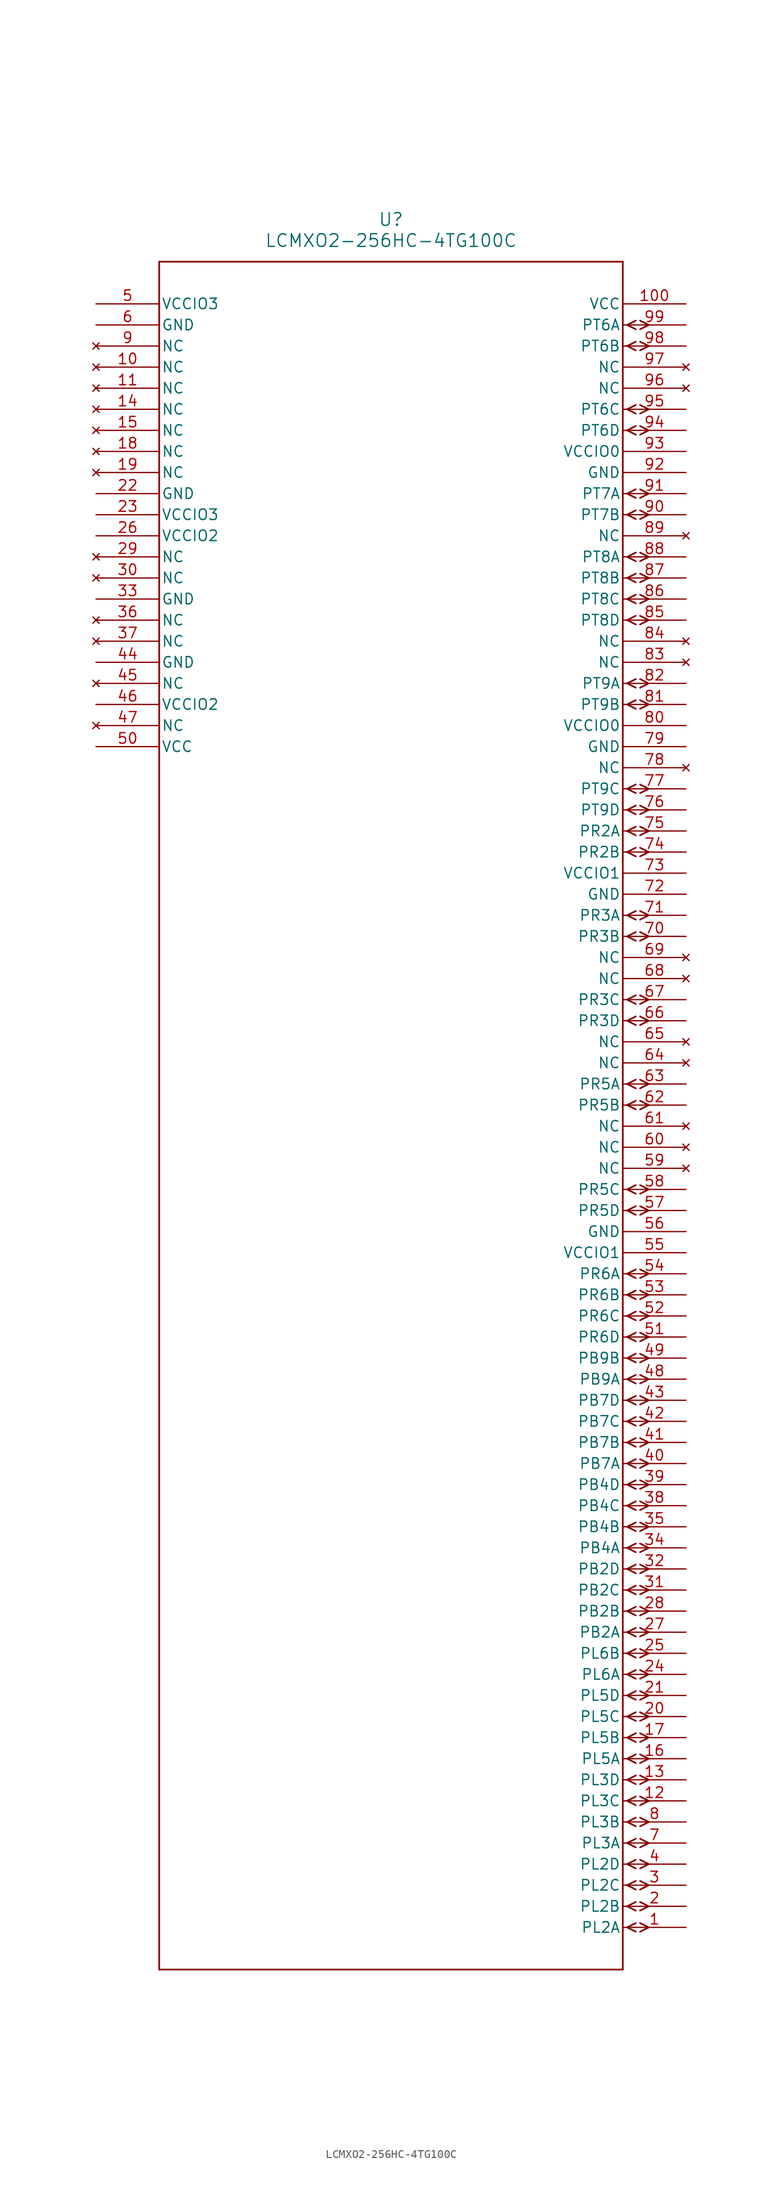
<source format=kicad_sym>
(kicad_symbol_lib
  (version 20231120)
  (generator "kicad_symbol_editor")
  (generator_version "8.0")
  (symbol "LCMXO2-256HC-4TG100C"
    (pin_names
      (offset 0.254))
    (property "Reference" "U"
      (at 35.56 10.16 0)
      (effects (font (size 1.524 1.524))))
    (property "Value" "LCMXO2-256HC-4TG100C"
      (at 35.56 7.62 0)
      (effects (font (size 1.524 1.524))))
    (property "ki_locked" ""
      (at 0 0 0)
      (effects (font (size 1.27 1.27))))
    (symbol "LCMXO2-256HC-4TG100C_0_1"
      (polyline (pts (xy 7.62 -200.66) (xy 63.5 -200.66)) (stroke (width 0.203) (type default)) (fill (type none)))
      (polyline (pts (xy 7.62 5.08) (xy 7.62 -200.66)) (stroke (width 0.203) (type default)) (fill (type none)))
      (polyline (pts (xy 63.5 -200.66) (xy 63.5 5.08)) (stroke (width 0.203) (type default)) (fill (type none)))
      (polyline (pts (xy 63.5 5.08) (xy 7.62 5.08)) (stroke (width 0.203) (type default)) (fill (type none)))
      (polyline (pts (xy 64.021 -195.58) (xy 65.062 -196.101)) (stroke (width 0.203) (type default)) (fill (type none)))
      (polyline (pts (xy 64.021 -195.58) (xy 65.062 -195.059)) (stroke (width 0.203) (type default)) (fill (type none)))
      (polyline (pts (xy 64.021 -193.04) (xy 65.062 -193.561)) (stroke (width 0.203) (type default)) (fill (type none)))
      (polyline (pts (xy 64.021 -193.04) (xy 65.062 -192.519)) (stroke (width 0.203) (type default)) (fill (type none)))
      (polyline (pts (xy 64.021 -190.5) (xy 65.062 -191.021)) (stroke (width 0.203) (type default)) (fill (type none)))
      (polyline (pts (xy 64.021 -190.5) (xy 65.062 -189.979)) (stroke (width 0.203) (type default)) (fill (type none)))
      (polyline (pts (xy 64.021 -187.96) (xy 65.062 -188.481)) (stroke (width 0.203) (type default)) (fill (type none)))
      (polyline (pts (xy 64.021 -187.96) (xy 65.062 -187.439)) (stroke (width 0.203) (type default)) (fill (type none)))
      (polyline (pts (xy 64.021 -185.42) (xy 65.062 -185.941)) (stroke (width 0.203) (type default)) (fill (type none)))
      (polyline (pts (xy 64.021 -185.42) (xy 65.062 -184.899)) (stroke (width 0.203) (type default)) (fill (type none)))
      (polyline (pts (xy 64.021 -182.88) (xy 65.062 -183.401)) (stroke (width 0.203) (type default)) (fill (type none)))
      (polyline (pts (xy 64.021 -182.88) (xy 65.062 -182.359)) (stroke (width 0.203) (type default)) (fill (type none)))
      (polyline (pts (xy 64.021 -180.34) (xy 65.062 -180.861)) (stroke (width 0.203) (type default)) (fill (type none)))
      (polyline (pts (xy 64.021 -180.34) (xy 65.062 -179.819)) (stroke (width 0.203) (type default)) (fill (type none)))
      (polyline (pts (xy 64.021 -177.8) (xy 65.062 -178.321)) (stroke (width 0.203) (type default)) (fill (type none)))
      (polyline (pts (xy 64.021 -177.8) (xy 65.062 -177.279)) (stroke (width 0.203) (type default)) (fill (type none)))
      (polyline (pts (xy 64.021 -175.26) (xy 65.062 -175.781)) (stroke (width 0.203) (type default)) (fill (type none)))
      (polyline (pts (xy 64.021 -175.26) (xy 65.062 -174.739)) (stroke (width 0.203) (type default)) (fill (type none)))
      (polyline (pts (xy 64.021 -172.72) (xy 65.062 -173.241)) (stroke (width 0.203) (type default)) (fill (type none)))
      (polyline (pts (xy 64.021 -172.72) (xy 65.062 -172.199)) (stroke (width 0.203) (type default)) (fill (type none)))
      (polyline (pts (xy 64.021 -170.18) (xy 65.062 -170.701)) (stroke (width 0.203) (type default)) (fill (type none)))
      (polyline (pts (xy 64.021 -170.18) (xy 65.062 -169.659)) (stroke (width 0.203) (type default)) (fill (type none)))
      (polyline (pts (xy 64.021 -167.64) (xy 65.062 -168.161)) (stroke (width 0.203) (type default)) (fill (type none)))
      (polyline (pts (xy 64.021 -167.64) (xy 65.062 -167.119)) (stroke (width 0.203) (type default)) (fill (type none)))
      (polyline (pts (xy 64.021 -165.1) (xy 65.062 -165.621)) (stroke (width 0.203) (type default)) (fill (type none)))
      (polyline (pts (xy 64.021 -165.1) (xy 65.062 -164.579)) (stroke (width 0.203) (type default)) (fill (type none)))
      (polyline (pts (xy 64.021 -162.56) (xy 65.062 -163.081)) (stroke (width 0.203) (type default)) (fill (type none)))
      (polyline (pts (xy 64.021 -162.56) (xy 65.062 -162.039)) (stroke (width 0.203) (type default)) (fill (type none)))
      (polyline (pts (xy 64.021 -160.02) (xy 65.062 -160.541)) (stroke (width 0.203) (type default)) (fill (type none)))
      (polyline (pts (xy 64.021 -160.02) (xy 65.062 -159.499)) (stroke (width 0.203) (type default)) (fill (type none)))
      (polyline (pts (xy 64.021 -157.48) (xy 65.062 -158.001)) (stroke (width 0.203) (type default)) (fill (type none)))
      (polyline (pts (xy 64.021 -157.48) (xy 65.062 -156.959)) (stroke (width 0.203) (type default)) (fill (type none)))
      (polyline (pts (xy 64.021 -154.94) (xy 65.062 -155.461)) (stroke (width 0.203) (type default)) (fill (type none)))
      (polyline (pts (xy 64.021 -154.94) (xy 65.062 -154.419)) (stroke (width 0.203) (type default)) (fill (type none)))
      (polyline (pts (xy 64.021 -152.4) (xy 65.062 -152.921)) (stroke (width 0.203) (type default)) (fill (type none)))
      (polyline (pts (xy 64.021 -152.4) (xy 65.062 -151.879)) (stroke (width 0.203) (type default)) (fill (type none)))
      (polyline (pts (xy 64.021 -149.86) (xy 65.062 -150.381)) (stroke (width 0.203) (type default)) (fill (type none)))
      (polyline (pts (xy 64.021 -149.86) (xy 65.062 -149.339)) (stroke (width 0.203) (type default)) (fill (type none)))
      (polyline (pts (xy 64.021 -147.32) (xy 65.062 -147.841)) (stroke (width 0.203) (type default)) (fill (type none)))
      (polyline (pts (xy 64.021 -147.32) (xy 65.062 -146.799)) (stroke (width 0.203) (type default)) (fill (type none)))
      (polyline (pts (xy 64.021 -144.78) (xy 65.062 -145.301)) (stroke (width 0.203) (type default)) (fill (type none)))
      (polyline (pts (xy 64.021 -144.78) (xy 65.062 -144.259)) (stroke (width 0.203) (type default)) (fill (type none)))
      (polyline (pts (xy 64.021 -142.24) (xy 65.062 -142.761)) (stroke (width 0.203) (type default)) (fill (type none)))
      (polyline (pts (xy 64.021 -142.24) (xy 65.062 -141.719)) (stroke (width 0.203) (type default)) (fill (type none)))
      (polyline (pts (xy 64.021 -139.7) (xy 65.062 -140.221)) (stroke (width 0.203) (type default)) (fill (type none)))
      (polyline (pts (xy 64.021 -139.7) (xy 65.062 -139.179)) (stroke (width 0.203) (type default)) (fill (type none)))
      (polyline (pts (xy 64.021 -137.16) (xy 65.062 -137.681)) (stroke (width 0.203) (type default)) (fill (type none)))
      (polyline (pts (xy 64.021 -137.16) (xy 65.062 -136.639)) (stroke (width 0.203) (type default)) (fill (type none)))
      (polyline (pts (xy 64.021 -134.62) (xy 65.062 -135.141)) (stroke (width 0.203) (type default)) (fill (type none)))
      (polyline (pts (xy 64.021 -134.62) (xy 65.062 -134.099)) (stroke (width 0.203) (type default)) (fill (type none)))
      (polyline (pts (xy 64.021 -132.08) (xy 65.062 -132.601)) (stroke (width 0.203) (type default)) (fill (type none)))
      (polyline (pts (xy 64.021 -132.08) (xy 65.062 -131.559)) (stroke (width 0.203) (type default)) (fill (type none)))
      (polyline (pts (xy 64.021 -129.54) (xy 65.062 -130.061)) (stroke (width 0.203) (type default)) (fill (type none)))
      (polyline (pts (xy 64.021 -129.54) (xy 65.062 -129.019)) (stroke (width 0.203) (type default)) (fill (type none)))
      (polyline (pts (xy 64.021 -127) (xy 65.062 -127.521)) (stroke (width 0.203) (type default)) (fill (type none)))
      (polyline (pts (xy 64.021 -127) (xy 65.062 -126.479)) (stroke (width 0.203) (type default)) (fill (type none)))
      (polyline (pts (xy 64.021 -124.46) (xy 65.062 -124.981)) (stroke (width 0.203) (type default)) (fill (type none)))
      (polyline (pts (xy 64.021 -124.46) (xy 65.062 -123.939)) (stroke (width 0.203) (type default)) (fill (type none)))
      (polyline (pts (xy 64.021 -121.92) (xy 65.062 -122.441)) (stroke (width 0.203) (type default)) (fill (type none)))
      (polyline (pts (xy 64.021 -121.92) (xy 65.062 -121.399)) (stroke (width 0.203) (type default)) (fill (type none)))
      (polyline (pts (xy 64.021 -119.38) (xy 65.062 -119.901)) (stroke (width 0.203) (type default)) (fill (type none)))
      (polyline (pts (xy 64.021 -119.38) (xy 65.062 -118.859)) (stroke (width 0.203) (type default)) (fill (type none)))
      (polyline (pts (xy 64.021 -116.84) (xy 65.062 -117.361)) (stroke (width 0.203) (type default)) (fill (type none)))
      (polyline (pts (xy 64.021 -116.84) (xy 65.062 -116.319)) (stroke (width 0.203) (type default)) (fill (type none)))
      (polyline (pts (xy 64.021 -109.22) (xy 65.062 -109.741)) (stroke (width 0.203) (type default)) (fill (type none)))
      (polyline (pts (xy 64.021 -109.22) (xy 65.062 -108.699)) (stroke (width 0.203) (type default)) (fill (type none)))
      (polyline (pts (xy 64.021 -106.68) (xy 65.062 -107.201)) (stroke (width 0.203) (type default)) (fill (type none)))
      (polyline (pts (xy 64.021 -106.68) (xy 65.062 -106.159)) (stroke (width 0.203) (type default)) (fill (type none)))
      (polyline (pts (xy 64.021 -96.52) (xy 65.062 -97.041)) (stroke (width 0.203) (type default)) (fill (type none)))
      (polyline (pts (xy 64.021 -96.52) (xy 65.062 -95.999)) (stroke (width 0.203) (type default)) (fill (type none)))
      (polyline (pts (xy 64.021 -93.98) (xy 65.062 -94.501)) (stroke (width 0.203) (type default)) (fill (type none)))
      (polyline (pts (xy 64.021 -93.98) (xy 65.062 -93.459)) (stroke (width 0.203) (type default)) (fill (type none)))
      (polyline (pts (xy 64.021 -86.36) (xy 65.062 -86.881)) (stroke (width 0.203) (type default)) (fill (type none)))
      (polyline (pts (xy 64.021 -86.36) (xy 65.062 -85.839)) (stroke (width 0.203) (type default)) (fill (type none)))
      (polyline (pts (xy 64.021 -83.82) (xy 65.062 -84.341)) (stroke (width 0.203) (type default)) (fill (type none)))
      (polyline (pts (xy 64.021 -83.82) (xy 65.062 -83.299)) (stroke (width 0.203) (type default)) (fill (type none)))
      (polyline (pts (xy 64.021 -76.2) (xy 65.062 -76.721)) (stroke (width 0.203) (type default)) (fill (type none)))
      (polyline (pts (xy 64.021 -76.2) (xy 65.062 -75.679)) (stroke (width 0.203) (type default)) (fill (type none)))
      (polyline (pts (xy 64.021 -73.66) (xy 65.062 -74.181)) (stroke (width 0.203) (type default)) (fill (type none)))
      (polyline (pts (xy 64.021 -73.66) (xy 65.062 -73.139)) (stroke (width 0.203) (type default)) (fill (type none)))
      (polyline (pts (xy 64.021 -66.04) (xy 65.062 -66.561)) (stroke (width 0.203) (type default)) (fill (type none)))
      (polyline (pts (xy 64.021 -66.04) (xy 65.062 -65.519)) (stroke (width 0.203) (type default)) (fill (type none)))
      (polyline (pts (xy 64.021 -63.5) (xy 65.062 -64.021)) (stroke (width 0.203) (type default)) (fill (type none)))
      (polyline (pts (xy 64.021 -63.5) (xy 65.062 -62.979)) (stroke (width 0.203) (type default)) (fill (type none)))
      (polyline (pts (xy 64.021 -60.96) (xy 65.062 -61.481)) (stroke (width 0.203) (type default)) (fill (type none)))
      (polyline (pts (xy 64.021 -60.96) (xy 65.062 -60.439)) (stroke (width 0.203) (type default)) (fill (type none)))
      (polyline (pts (xy 64.021 -58.42) (xy 65.062 -58.941)) (stroke (width 0.203) (type default)) (fill (type none)))
      (polyline (pts (xy 64.021 -58.42) (xy 65.062 -57.899)) (stroke (width 0.203) (type default)) (fill (type none)))
      (polyline (pts (xy 64.021 -48.26) (xy 65.062 -48.781)) (stroke (width 0.203) (type default)) (fill (type none)))
      (polyline (pts (xy 64.021 -48.26) (xy 65.062 -47.739)) (stroke (width 0.203) (type default)) (fill (type none)))
      (polyline (pts (xy 64.021 -45.72) (xy 65.062 -46.241)) (stroke (width 0.203) (type default)) (fill (type none)))
      (polyline (pts (xy 64.021 -45.72) (xy 65.062 -45.199)) (stroke (width 0.203) (type default)) (fill (type none)))
      (polyline (pts (xy 64.021 -38.1) (xy 65.062 -38.621)) (stroke (width 0.203) (type default)) (fill (type none)))
      (polyline (pts (xy 64.021 -38.1) (xy 65.062 -37.579)) (stroke (width 0.203) (type default)) (fill (type none)))
      (polyline (pts (xy 64.021 -35.56) (xy 65.062 -36.081)) (stroke (width 0.203) (type default)) (fill (type none)))
      (polyline (pts (xy 64.021 -35.56) (xy 65.062 -35.039)) (stroke (width 0.203) (type default)) (fill (type none)))
      (polyline (pts (xy 64.021 -33.02) (xy 65.062 -33.541)) (stroke (width 0.203) (type default)) (fill (type none)))
      (polyline (pts (xy 64.021 -33.02) (xy 65.062 -32.499)) (stroke (width 0.203) (type default)) (fill (type none)))
      (polyline (pts (xy 64.021 -30.48) (xy 65.062 -31.001)) (stroke (width 0.203) (type default)) (fill (type none)))
      (polyline (pts (xy 64.021 -30.48) (xy 65.062 -29.959)) (stroke (width 0.203) (type default)) (fill (type none)))
      (polyline (pts (xy 64.021 -25.4) (xy 65.062 -25.921)) (stroke (width 0.203) (type default)) (fill (type none)))
      (polyline (pts (xy 64.021 -25.4) (xy 65.062 -24.879)) (stroke (width 0.203) (type default)) (fill (type none)))
      (polyline (pts (xy 64.021 -22.86) (xy 65.062 -23.381)) (stroke (width 0.203) (type default)) (fill (type none)))
      (polyline (pts (xy 64.021 -22.86) (xy 65.062 -22.339)) (stroke (width 0.203) (type default)) (fill (type none)))
      (polyline (pts (xy 64.021 -15.24) (xy 65.062 -15.761)) (stroke (width 0.203) (type default)) (fill (type none)))
      (polyline (pts (xy 64.021 -15.24) (xy 65.062 -14.719)) (stroke (width 0.203) (type default)) (fill (type none)))
      (polyline (pts (xy 64.021 -12.7) (xy 65.062 -13.221)) (stroke (width 0.203) (type default)) (fill (type none)))
      (polyline (pts (xy 64.021 -12.7) (xy 65.062 -12.179)) (stroke (width 0.203) (type default)) (fill (type none)))
      (polyline (pts (xy 64.021 -5.08) (xy 65.062 -5.601)) (stroke (width 0.203) (type default)) (fill (type none)))
      (polyline (pts (xy 64.021 -5.08) (xy 65.062 -4.559)) (stroke (width 0.203) (type default)) (fill (type none)))
      (polyline (pts (xy 64.021 -2.54) (xy 65.062 -3.061)) (stroke (width 0.203) (type default)) (fill (type none)))
      (polyline (pts (xy 64.021 -2.54) (xy 65.062 -2.019)) (stroke (width 0.203) (type default)) (fill (type none)))
      (polyline (pts (xy 65.583 -196.101) (xy 66.624 -195.58)) (stroke (width 0.203) (type default)) (fill (type none)))
      (polyline (pts (xy 65.583 -195.059) (xy 66.624 -195.58)) (stroke (width 0.203) (type default)) (fill (type none)))
      (polyline (pts (xy 65.583 -193.561) (xy 66.624 -193.04)) (stroke (width 0.203) (type default)) (fill (type none)))
      (polyline (pts (xy 65.583 -192.519) (xy 66.624 -193.04)) (stroke (width 0.203) (type default)) (fill (type none)))
      (polyline (pts (xy 65.583 -191.021) (xy 66.624 -190.5)) (stroke (width 0.203) (type default)) (fill (type none)))
      (polyline (pts (xy 65.583 -189.979) (xy 66.624 -190.5)) (stroke (width 0.203) (type default)) (fill (type none)))
      (polyline (pts (xy 65.583 -188.481) (xy 66.624 -187.96)) (stroke (width 0.203) (type default)) (fill (type none)))
      (polyline (pts (xy 65.583 -187.439) (xy 66.624 -187.96)) (stroke (width 0.203) (type default)) (fill (type none)))
      (polyline (pts (xy 65.583 -185.941) (xy 66.624 -185.42)) (stroke (width 0.203) (type default)) (fill (type none)))
      (polyline (pts (xy 65.583 -184.899) (xy 66.624 -185.42)) (stroke (width 0.203) (type default)) (fill (type none)))
      (polyline (pts (xy 65.583 -183.401) (xy 66.624 -182.88)) (stroke (width 0.203) (type default)) (fill (type none)))
      (polyline (pts (xy 65.583 -182.359) (xy 66.624 -182.88)) (stroke (width 0.203) (type default)) (fill (type none)))
      (polyline (pts (xy 65.583 -180.861) (xy 66.624 -180.34)) (stroke (width 0.203) (type default)) (fill (type none)))
      (polyline (pts (xy 65.583 -179.819) (xy 66.624 -180.34)) (stroke (width 0.203) (type default)) (fill (type none)))
      (polyline (pts (xy 65.583 -178.321) (xy 66.624 -177.8)) (stroke (width 0.203) (type default)) (fill (type none)))
      (polyline (pts (xy 65.583 -177.279) (xy 66.624 -177.8)) (stroke (width 0.203) (type default)) (fill (type none)))
      (polyline (pts (xy 65.583 -175.781) (xy 66.624 -175.26)) (stroke (width 0.203) (type default)) (fill (type none)))
      (polyline (pts (xy 65.583 -174.739) (xy 66.624 -175.26)) (stroke (width 0.203) (type default)) (fill (type none)))
      (polyline (pts (xy 65.583 -173.241) (xy 66.624 -172.72)) (stroke (width 0.203) (type default)) (fill (type none)))
      (polyline (pts (xy 65.583 -172.199) (xy 66.624 -172.72)) (stroke (width 0.203) (type default)) (fill (type none)))
      (polyline (pts (xy 65.583 -170.701) (xy 66.624 -170.18)) (stroke (width 0.203) (type default)) (fill (type none)))
      (polyline (pts (xy 65.583 -169.659) (xy 66.624 -170.18)) (stroke (width 0.203) (type default)) (fill (type none)))
      (polyline (pts (xy 65.583 -168.161) (xy 66.624 -167.64)) (stroke (width 0.203) (type default)) (fill (type none)))
      (polyline (pts (xy 65.583 -167.119) (xy 66.624 -167.64)) (stroke (width 0.203) (type default)) (fill (type none)))
      (polyline (pts (xy 65.583 -165.621) (xy 66.624 -165.1)) (stroke (width 0.203) (type default)) (fill (type none)))
      (polyline (pts (xy 65.583 -164.579) (xy 66.624 -165.1)) (stroke (width 0.203) (type default)) (fill (type none)))
      (polyline (pts (xy 65.583 -163.081) (xy 66.624 -162.56)) (stroke (width 0.203) (type default)) (fill (type none)))
      (polyline (pts (xy 65.583 -162.039) (xy 66.624 -162.56)) (stroke (width 0.203) (type default)) (fill (type none)))
      (polyline (pts (xy 65.583 -160.541) (xy 66.624 -160.02)) (stroke (width 0.203) (type default)) (fill (type none)))
      (polyline (pts (xy 65.583 -159.499) (xy 66.624 -160.02)) (stroke (width 0.203) (type default)) (fill (type none)))
      (polyline (pts (xy 65.583 -158.001) (xy 66.624 -157.48)) (stroke (width 0.203) (type default)) (fill (type none)))
      (polyline (pts (xy 65.583 -156.959) (xy 66.624 -157.48)) (stroke (width 0.203) (type default)) (fill (type none)))
      (polyline (pts (xy 65.583 -155.461) (xy 66.624 -154.94)) (stroke (width 0.203) (type default)) (fill (type none)))
      (polyline (pts (xy 65.583 -154.419) (xy 66.624 -154.94)) (stroke (width 0.203) (type default)) (fill (type none)))
      (polyline (pts (xy 65.583 -152.921) (xy 66.624 -152.4)) (stroke (width 0.203) (type default)) (fill (type none)))
      (polyline (pts (xy 65.583 -151.879) (xy 66.624 -152.4)) (stroke (width 0.203) (type default)) (fill (type none)))
      (polyline (pts (xy 65.583 -150.381) (xy 66.624 -149.86)) (stroke (width 0.203) (type default)) (fill (type none)))
      (polyline (pts (xy 65.583 -149.339) (xy 66.624 -149.86)) (stroke (width 0.203) (type default)) (fill (type none)))
      (polyline (pts (xy 65.583 -147.841) (xy 66.624 -147.32)) (stroke (width 0.203) (type default)) (fill (type none)))
      (polyline (pts (xy 65.583 -146.799) (xy 66.624 -147.32)) (stroke (width 0.203) (type default)) (fill (type none)))
      (polyline (pts (xy 65.583 -145.301) (xy 66.624 -144.78)) (stroke (width 0.203) (type default)) (fill (type none)))
      (polyline (pts (xy 65.583 -144.259) (xy 66.624 -144.78)) (stroke (width 0.203) (type default)) (fill (type none)))
      (polyline (pts (xy 65.583 -142.761) (xy 66.624 -142.24)) (stroke (width 0.203) (type default)) (fill (type none)))
      (polyline (pts (xy 65.583 -141.719) (xy 66.624 -142.24)) (stroke (width 0.203) (type default)) (fill (type none)))
      (polyline (pts (xy 65.583 -140.221) (xy 66.624 -139.7)) (stroke (width 0.203) (type default)) (fill (type none)))
      (polyline (pts (xy 65.583 -139.179) (xy 66.624 -139.7)) (stroke (width 0.203) (type default)) (fill (type none)))
      (polyline (pts (xy 65.583 -137.681) (xy 66.624 -137.16)) (stroke (width 0.203) (type default)) (fill (type none)))
      (polyline (pts (xy 65.583 -136.639) (xy 66.624 -137.16)) (stroke (width 0.203) (type default)) (fill (type none)))
      (polyline (pts (xy 65.583 -135.141) (xy 66.624 -134.62)) (stroke (width 0.203) (type default)) (fill (type none)))
      (polyline (pts (xy 65.583 -134.099) (xy 66.624 -134.62)) (stroke (width 0.203) (type default)) (fill (type none)))
      (polyline (pts (xy 65.583 -132.601) (xy 66.624 -132.08)) (stroke (width 0.203) (type default)) (fill (type none)))
      (polyline (pts (xy 65.583 -131.559) (xy 66.624 -132.08)) (stroke (width 0.203) (type default)) (fill (type none)))
      (polyline (pts (xy 65.583 -130.061) (xy 66.624 -129.54)) (stroke (width 0.203) (type default)) (fill (type none)))
      (polyline (pts (xy 65.583 -129.019) (xy 66.624 -129.54)) (stroke (width 0.203) (type default)) (fill (type none)))
      (polyline (pts (xy 65.583 -127.521) (xy 66.624 -127)) (stroke (width 0.203) (type default)) (fill (type none)))
      (polyline (pts (xy 65.583 -126.479) (xy 66.624 -127)) (stroke (width 0.203) (type default)) (fill (type none)))
      (polyline (pts (xy 65.583 -124.981) (xy 66.624 -124.46)) (stroke (width 0.203) (type default)) (fill (type none)))
      (polyline (pts (xy 65.583 -123.939) (xy 66.624 -124.46)) (stroke (width 0.203) (type default)) (fill (type none)))
      (polyline (pts (xy 65.583 -122.441) (xy 66.624 -121.92)) (stroke (width 0.203) (type default)) (fill (type none)))
      (polyline (pts (xy 65.583 -121.399) (xy 66.624 -121.92)) (stroke (width 0.203) (type default)) (fill (type none)))
      (polyline (pts (xy 65.583 -119.901) (xy 66.624 -119.38)) (stroke (width 0.203) (type default)) (fill (type none)))
      (polyline (pts (xy 65.583 -118.859) (xy 66.624 -119.38)) (stroke (width 0.203) (type default)) (fill (type none)))
      (polyline (pts (xy 65.583 -117.361) (xy 66.624 -116.84)) (stroke (width 0.203) (type default)) (fill (type none)))
      (polyline (pts (xy 65.583 -116.319) (xy 66.624 -116.84)) (stroke (width 0.203) (type default)) (fill (type none)))
      (polyline (pts (xy 65.583 -109.741) (xy 66.624 -109.22)) (stroke (width 0.203) (type default)) (fill (type none)))
      (polyline (pts (xy 65.583 -108.699) (xy 66.624 -109.22)) (stroke (width 0.203) (type default)) (fill (type none)))
      (polyline (pts (xy 65.583 -107.201) (xy 66.624 -106.68)) (stroke (width 0.203) (type default)) (fill (type none)))
      (polyline (pts (xy 65.583 -106.159) (xy 66.624 -106.68)) (stroke (width 0.203) (type default)) (fill (type none)))
      (polyline (pts (xy 65.583 -97.041) (xy 66.624 -96.52)) (stroke (width 0.203) (type default)) (fill (type none)))
      (polyline (pts (xy 65.583 -95.999) (xy 66.624 -96.52)) (stroke (width 0.203) (type default)) (fill (type none)))
      (polyline (pts (xy 65.583 -94.501) (xy 66.624 -93.98)) (stroke (width 0.203) (type default)) (fill (type none)))
      (polyline (pts (xy 65.583 -93.459) (xy 66.624 -93.98)) (stroke (width 0.203) (type default)) (fill (type none)))
      (polyline (pts (xy 65.583 -86.881) (xy 66.624 -86.36)) (stroke (width 0.203) (type default)) (fill (type none)))
      (polyline (pts (xy 65.583 -85.839) (xy 66.624 -86.36)) (stroke (width 0.203) (type default)) (fill (type none)))
      (polyline (pts (xy 65.583 -84.341) (xy 66.624 -83.82)) (stroke (width 0.203) (type default)) (fill (type none)))
      (polyline (pts (xy 65.583 -83.299) (xy 66.624 -83.82)) (stroke (width 0.203) (type default)) (fill (type none)))
      (polyline (pts (xy 65.583 -76.721) (xy 66.624 -76.2)) (stroke (width 0.203) (type default)) (fill (type none)))
      (polyline (pts (xy 65.583 -75.679) (xy 66.624 -76.2)) (stroke (width 0.203) (type default)) (fill (type none)))
      (polyline (pts (xy 65.583 -74.181) (xy 66.624 -73.66)) (stroke (width 0.203) (type default)) (fill (type none)))
      (polyline (pts (xy 65.583 -73.139) (xy 66.624 -73.66)) (stroke (width 0.203) (type default)) (fill (type none)))
      (polyline (pts (xy 65.583 -66.561) (xy 66.624 -66.04)) (stroke (width 0.203) (type default)) (fill (type none)))
      (polyline (pts (xy 65.583 -65.519) (xy 66.624 -66.04)) (stroke (width 0.203) (type default)) (fill (type none)))
      (polyline (pts (xy 65.583 -64.021) (xy 66.624 -63.5)) (stroke (width 0.203) (type default)) (fill (type none)))
      (polyline (pts (xy 65.583 -62.979) (xy 66.624 -63.5)) (stroke (width 0.203) (type default)) (fill (type none)))
      (polyline (pts (xy 65.583 -61.481) (xy 66.624 -60.96)) (stroke (width 0.203) (type default)) (fill (type none)))
      (polyline (pts (xy 65.583 -60.439) (xy 66.624 -60.96)) (stroke (width 0.203) (type default)) (fill (type none)))
      (polyline (pts (xy 65.583 -58.941) (xy 66.624 -58.42)) (stroke (width 0.203) (type default)) (fill (type none)))
      (polyline (pts (xy 65.583 -57.899) (xy 66.624 -58.42)) (stroke (width 0.203) (type default)) (fill (type none)))
      (polyline (pts (xy 65.583 -48.781) (xy 66.624 -48.26)) (stroke (width 0.203) (type default)) (fill (type none)))
      (polyline (pts (xy 65.583 -47.739) (xy 66.624 -48.26)) (stroke (width 0.203) (type default)) (fill (type none)))
      (polyline (pts (xy 65.583 -46.241) (xy 66.624 -45.72)) (stroke (width 0.203) (type default)) (fill (type none)))
      (polyline (pts (xy 65.583 -45.199) (xy 66.624 -45.72)) (stroke (width 0.203) (type default)) (fill (type none)))
      (polyline (pts (xy 65.583 -38.621) (xy 66.624 -38.1)) (stroke (width 0.203) (type default)) (fill (type none)))
      (polyline (pts (xy 65.583 -37.579) (xy 66.624 -38.1)) (stroke (width 0.203) (type default)) (fill (type none)))
      (polyline (pts (xy 65.583 -36.081) (xy 66.624 -35.56)) (stroke (width 0.203) (type default)) (fill (type none)))
      (polyline (pts (xy 65.583 -35.039) (xy 66.624 -35.56)) (stroke (width 0.203) (type default)) (fill (type none)))
      (polyline (pts (xy 65.583 -33.541) (xy 66.624 -33.02)) (stroke (width 0.203) (type default)) (fill (type none)))
      (polyline (pts (xy 65.583 -32.499) (xy 66.624 -33.02)) (stroke (width 0.203) (type default)) (fill (type none)))
      (polyline (pts (xy 65.583 -31.001) (xy 66.624 -30.48)) (stroke (width 0.203) (type default)) (fill (type none)))
      (polyline (pts (xy 65.583 -29.959) (xy 66.624 -30.48)) (stroke (width 0.203) (type default)) (fill (type none)))
      (polyline (pts (xy 65.583 -25.921) (xy 66.624 -25.4)) (stroke (width 0.203) (type default)) (fill (type none)))
      (polyline (pts (xy 65.583 -24.879) (xy 66.624 -25.4)) (stroke (width 0.203) (type default)) (fill (type none)))
      (polyline (pts (xy 65.583 -23.381) (xy 66.624 -22.86)) (stroke (width 0.203) (type default)) (fill (type none)))
      (polyline (pts (xy 65.583 -22.339) (xy 66.624 -22.86)) (stroke (width 0.203) (type default)) (fill (type none)))
      (polyline (pts (xy 65.583 -15.761) (xy 66.624 -15.24)) (stroke (width 0.203) (type default)) (fill (type none)))
      (polyline (pts (xy 65.583 -14.719) (xy 66.624 -15.24)) (stroke (width 0.203) (type default)) (fill (type none)))
      (polyline (pts (xy 65.583 -13.221) (xy 66.624 -12.7)) (stroke (width 0.203) (type default)) (fill (type none)))
      (polyline (pts (xy 65.583 -12.179) (xy 66.624 -12.7)) (stroke (width 0.203) (type default)) (fill (type none)))
      (polyline (pts (xy 65.583 -5.601) (xy 66.624 -5.08)) (stroke (width 0.203) (type default)) (fill (type none)))
      (polyline (pts (xy 65.583 -4.559) (xy 66.624 -5.08)) (stroke (width 0.203) (type default)) (fill (type none)))
      (polyline (pts (xy 65.583 -3.061) (xy 66.624 -2.54)) (stroke (width 0.203) (type default)) (fill (type none)))
      (polyline (pts (xy 65.583 -2.019) (xy 66.624 -2.54)) (stroke (width 0.203) (type default)) (fill (type none)))
      (pin bidirectional line (at 71.12 -195.58 180) (length 7.62) (name "PL2A" (effects (font (size 1.27 1.27)))) (number "1" (effects (font (size 1.27 1.27)))))
      (pin no_connect line (at 0 -7.62 0) (length 7.62) (name "NC" (effects (font (size 1.27 1.27)))) (number "10" (effects (font (size 1.27 1.27)))))
      (pin power_in line (at 71.12 0 180) (length 7.62) (name "VCC" (effects (font (size 1.27 1.27)))) (number "100" (effects (font (size 1.27 1.27)))))
      (pin no_connect line (at 0 -10.16 0) (length 7.62) (name "NC" (effects (font (size 1.27 1.27)))) (number "11" (effects (font (size 1.27 1.27)))))
      (pin bidirectional line (at 71.12 -180.34 180) (length 7.62) (name "PL3C" (effects (font (size 1.27 1.27)))) (number "12" (effects (font (size 1.27 1.27)))))
      (pin bidirectional line (at 71.12 -177.8 180) (length 7.62) (name "PL3D" (effects (font (size 1.27 1.27)))) (number "13" (effects (font (size 1.27 1.27)))))
      (pin no_connect line (at 0 -12.7 0) (length 7.62) (name "NC" (effects (font (size 1.27 1.27)))) (number "14" (effects (font (size 1.27 1.27)))))
      (pin no_connect line (at 0 -15.24 0) (length 7.62) (name "NC" (effects (font (size 1.27 1.27)))) (number "15" (effects (font (size 1.27 1.27)))))
      (pin bidirectional line (at 71.12 -175.26 180) (length 7.62) (name "PL5A" (effects (font (size 1.27 1.27)))) (number "16" (effects (font (size 1.27 1.27)))))
      (pin bidirectional line (at 71.12 -172.72 180) (length 7.62) (name "PL5B" (effects (font (size 1.27 1.27)))) (number "17" (effects (font (size 1.27 1.27)))))
      (pin no_connect line (at 0 -17.78 0) (length 7.62) (name "NC" (effects (font (size 1.27 1.27)))) (number "18" (effects (font (size 1.27 1.27)))))
      (pin no_connect line (at 0 -20.32 0) (length 7.62) (name "NC" (effects (font (size 1.27 1.27)))) (number "19" (effects (font (size 1.27 1.27)))))
      (pin bidirectional line (at 71.12 -193.04 180) (length 7.62) (name "PL2B" (effects (font (size 1.27 1.27)))) (number "2" (effects (font (size 1.27 1.27)))))
      (pin bidirectional line (at 71.12 -170.18 180) (length 7.62) (name "PL5C" (effects (font (size 1.27 1.27)))) (number "20" (effects (font (size 1.27 1.27)))))
      (pin bidirectional line (at 71.12 -167.64 180) (length 7.62) (name "PL5D" (effects (font (size 1.27 1.27)))) (number "21" (effects (font (size 1.27 1.27)))))
      (pin power_in line (at 0 -22.86 0) (length 7.62) (name "GND" (effects (font (size 1.27 1.27)))) (number "22" (effects (font (size 1.27 1.27)))))
      (pin power_in line (at 0 -25.4 0) (length 7.62) (name "VCCIO3" (effects (font (size 1.27 1.27)))) (number "23" (effects (font (size 1.27 1.27)))))
      (pin bidirectional line (at 71.12 -165.1 180) (length 7.62) (name "PL6A" (effects (font (size 1.27 1.27)))) (number "24" (effects (font (size 1.27 1.27)))))
      (pin bidirectional line (at 71.12 -162.56 180) (length 7.62) (name "PL6B" (effects (font (size 1.27 1.27)))) (number "25" (effects (font (size 1.27 1.27)))))
      (pin power_in line (at 0 -27.94 0) (length 7.62) (name "VCCIO2" (effects (font (size 1.27 1.27)))) (number "26" (effects (font (size 1.27 1.27)))))
      (pin bidirectional line (at 71.12 -160.02 180) (length 7.62) (name "PB2A" (effects (font (size 1.27 1.27)))) (number "27" (effects (font (size 1.27 1.27)))))
      (pin bidirectional line (at 71.12 -157.48 180) (length 7.62) (name "PB2B" (effects (font (size 1.27 1.27)))) (number "28" (effects (font (size 1.27 1.27)))))
      (pin no_connect line (at 0 -30.48 0) (length 7.62) (name "NC" (effects (font (size 1.27 1.27)))) (number "29" (effects (font (size 1.27 1.27)))))
      (pin bidirectional line (at 71.12 -190.5 180) (length 7.62) (name "PL2C" (effects (font (size 1.27 1.27)))) (number "3" (effects (font (size 1.27 1.27)))))
      (pin no_connect line (at 0 -33.02 0) (length 7.62) (name "NC" (effects (font (size 1.27 1.27)))) (number "30" (effects (font (size 1.27 1.27)))))
      (pin bidirectional line (at 71.12 -154.94 180) (length 7.62) (name "PB2C" (effects (font (size 1.27 1.27)))) (number "31" (effects (font (size 1.27 1.27)))))
      (pin bidirectional line (at 71.12 -152.4 180) (length 7.62) (name "PB2D" (effects (font (size 1.27 1.27)))) (number "32" (effects (font (size 1.27 1.27)))))
      (pin power_in line (at 0 -35.56 0) (length 7.62) (name "GND" (effects (font (size 1.27 1.27)))) (number "33" (effects (font (size 1.27 1.27)))))
      (pin bidirectional line (at 71.12 -149.86 180) (length 7.62) (name "PB4A" (effects (font (size 1.27 1.27)))) (number "34" (effects (font (size 1.27 1.27)))))
      (pin bidirectional line (at 71.12 -147.32 180) (length 7.62) (name "PB4B" (effects (font (size 1.27 1.27)))) (number "35" (effects (font (size 1.27 1.27)))))
      (pin no_connect line (at 0 -38.1 0) (length 7.62) (name "NC" (effects (font (size 1.27 1.27)))) (number "36" (effects (font (size 1.27 1.27)))))
      (pin no_connect line (at 0 -40.64 0) (length 7.62) (name "NC" (effects (font (size 1.27 1.27)))) (number "37" (effects (font (size 1.27 1.27)))))
      (pin bidirectional line (at 71.12 -144.78 180) (length 7.62) (name "PB4C" (effects (font (size 1.27 1.27)))) (number "38" (effects (font (size 1.27 1.27)))))
      (pin bidirectional line (at 71.12 -142.24 180) (length 7.62) (name "PB4D" (effects (font (size 1.27 1.27)))) (number "39" (effects (font (size 1.27 1.27)))))
      (pin bidirectional line (at 71.12 -187.96 180) (length 7.62) (name "PL2D" (effects (font (size 1.27 1.27)))) (number "4" (effects (font (size 1.27 1.27)))))
      (pin bidirectional line (at 71.12 -139.7 180) (length 7.62) (name "PB7A" (effects (font (size 1.27 1.27)))) (number "40" (effects (font (size 1.27 1.27)))))
      (pin bidirectional line (at 71.12 -137.16 180) (length 7.62) (name "PB7B" (effects (font (size 1.27 1.27)))) (number "41" (effects (font (size 1.27 1.27)))))
      (pin bidirectional line (at 71.12 -134.62 180) (length 7.62) (name "PB7C" (effects (font (size 1.27 1.27)))) (number "42" (effects (font (size 1.27 1.27)))))
      (pin bidirectional line (at 71.12 -132.08 180) (length 7.62) (name "PB7D" (effects (font (size 1.27 1.27)))) (number "43" (effects (font (size 1.27 1.27)))))
      (pin power_in line (at 0 -43.18 0) (length 7.62) (name "GND" (effects (font (size 1.27 1.27)))) (number "44" (effects (font (size 1.27 1.27)))))
      (pin no_connect line (at 0 -45.72 0) (length 7.62) (name "NC" (effects (font (size 1.27 1.27)))) (number "45" (effects (font (size 1.27 1.27)))))
      (pin power_in line (at 0 -48.26 0) (length 7.62) (name "VCCIO2" (effects (font (size 1.27 1.27)))) (number "46" (effects (font (size 1.27 1.27)))))
      (pin no_connect line (at 0 -50.8 0) (length 7.62) (name "NC" (effects (font (size 1.27 1.27)))) (number "47" (effects (font (size 1.27 1.27)))))
      (pin bidirectional line (at 71.12 -129.54 180) (length 7.62) (name "PB9A" (effects (font (size 1.27 1.27)))) (number "48" (effects (font (size 1.27 1.27)))))
      (pin bidirectional line (at 71.12 -127 180) (length 7.62) (name "PB9B" (effects (font (size 1.27 1.27)))) (number "49" (effects (font (size 1.27 1.27)))))
      (pin power_in line (at 0 0 0) (length 7.62) (name "VCCIO3" (effects (font (size 1.27 1.27)))) (number "5" (effects (font (size 1.27 1.27)))))
      (pin power_in line (at 0 -53.34 0) (length 7.62) (name "VCC" (effects (font (size 1.27 1.27)))) (number "50" (effects (font (size 1.27 1.27)))))
      (pin bidirectional line (at 71.12 -124.46 180) (length 7.62) (name "PR6D" (effects (font (size 1.27 1.27)))) (number "51" (effects (font (size 1.27 1.27)))))
      (pin bidirectional line (at 71.12 -121.92 180) (length 7.62) (name "PR6C" (effects (font (size 1.27 1.27)))) (number "52" (effects (font (size 1.27 1.27)))))
      (pin bidirectional line (at 71.12 -119.38 180) (length 7.62) (name "PR6B" (effects (font (size 1.27 1.27)))) (number "53" (effects (font (size 1.27 1.27)))))
      (pin bidirectional line (at 71.12 -116.84 180) (length 7.62) (name "PR6A" (effects (font (size 1.27 1.27)))) (number "54" (effects (font (size 1.27 1.27)))))
      (pin power_in line (at 71.12 -114.3 180) (length 7.62) (name "VCCIO1" (effects (font (size 1.27 1.27)))) (number "55" (effects (font (size 1.27 1.27)))))
      (pin power_in line (at 71.12 -111.76 180) (length 7.62) (name "GND" (effects (font (size 1.27 1.27)))) (number "56" (effects (font (size 1.27 1.27)))))
      (pin bidirectional line (at 71.12 -109.22 180) (length 7.62) (name "PR5D" (effects (font (size 1.27 1.27)))) (number "57" (effects (font (size 1.27 1.27)))))
      (pin bidirectional line (at 71.12 -106.68 180) (length 7.62) (name "PR5C" (effects (font (size 1.27 1.27)))) (number "58" (effects (font (size 1.27 1.27)))))
      (pin no_connect line (at 71.12 -104.14 180) (length 7.62) (name "NC" (effects (font (size 1.27 1.27)))) (number "59" (effects (font (size 1.27 1.27)))))
      (pin power_in line (at 0 -2.54 0) (length 7.62) (name "GND" (effects (font (size 1.27 1.27)))) (number "6" (effects (font (size 1.27 1.27)))))
      (pin no_connect line (at 71.12 -101.6 180) (length 7.62) (name "NC" (effects (font (size 1.27 1.27)))) (number "60" (effects (font (size 1.27 1.27)))))
      (pin no_connect line (at 71.12 -99.06 180) (length 7.62) (name "NC" (effects (font (size 1.27 1.27)))) (number "61" (effects (font (size 1.27 1.27)))))
      (pin bidirectional line (at 71.12 -96.52 180) (length 7.62) (name "PR5B" (effects (font (size 1.27 1.27)))) (number "62" (effects (font (size 1.27 1.27)))))
      (pin bidirectional line (at 71.12 -93.98 180) (length 7.62) (name "PR5A" (effects (font (size 1.27 1.27)))) (number "63" (effects (font (size 1.27 1.27)))))
      (pin no_connect line (at 71.12 -91.44 180) (length 7.62) (name "NC" (effects (font (size 1.27 1.27)))) (number "64" (effects (font (size 1.27 1.27)))))
      (pin no_connect line (at 71.12 -88.9 180) (length 7.62) (name "NC" (effects (font (size 1.27 1.27)))) (number "65" (effects (font (size 1.27 1.27)))))
      (pin bidirectional line (at 71.12 -86.36 180) (length 7.62) (name "PR3D" (effects (font (size 1.27 1.27)))) (number "66" (effects (font (size 1.27 1.27)))))
      (pin bidirectional line (at 71.12 -83.82 180) (length 7.62) (name "PR3C" (effects (font (size 1.27 1.27)))) (number "67" (effects (font (size 1.27 1.27)))))
      (pin no_connect line (at 71.12 -81.28 180) (length 7.62) (name "NC" (effects (font (size 1.27 1.27)))) (number "68" (effects (font (size 1.27 1.27)))))
      (pin no_connect line (at 71.12 -78.74 180) (length 7.62) (name "NC" (effects (font (size 1.27 1.27)))) (number "69" (effects (font (size 1.27 1.27)))))
      (pin bidirectional line (at 71.12 -185.42 180) (length 7.62) (name "PL3A" (effects (font (size 1.27 1.27)))) (number "7" (effects (font (size 1.27 1.27)))))
      (pin bidirectional line (at 71.12 -76.2 180) (length 7.62) (name "PR3B" (effects (font (size 1.27 1.27)))) (number "70" (effects (font (size 1.27 1.27)))))
      (pin bidirectional line (at 71.12 -73.66 180) (length 7.62) (name "PR3A" (effects (font (size 1.27 1.27)))) (number "71" (effects (font (size 1.27 1.27)))))
      (pin power_in line (at 71.12 -71.12 180) (length 7.62) (name "GND" (effects (font (size 1.27 1.27)))) (number "72" (effects (font (size 1.27 1.27)))))
      (pin power_in line (at 71.12 -68.58 180) (length 7.62) (name "VCCIO1" (effects (font (size 1.27 1.27)))) (number "73" (effects (font (size 1.27 1.27)))))
      (pin bidirectional line (at 71.12 -66.04 180) (length 7.62) (name "PR2B" (effects (font (size 1.27 1.27)))) (number "74" (effects (font (size 1.27 1.27)))))
      (pin bidirectional line (at 71.12 -63.5 180) (length 7.62) (name "PR2A" (effects (font (size 1.27 1.27)))) (number "75" (effects (font (size 1.27 1.27)))))
      (pin bidirectional line (at 71.12 -60.96 180) (length 7.62) (name "PT9D" (effects (font (size 1.27 1.27)))) (number "76" (effects (font (size 1.27 1.27)))))
      (pin bidirectional line (at 71.12 -58.42 180) (length 7.62) (name "PT9C" (effects (font (size 1.27 1.27)))) (number "77" (effects (font (size 1.27 1.27)))))
      (pin no_connect line (at 71.12 -55.88 180) (length 7.62) (name "NC" (effects (font (size 1.27 1.27)))) (number "78" (effects (font (size 1.27 1.27)))))
      (pin power_in line (at 71.12 -53.34 180) (length 7.62) (name "GND" (effects (font (size 1.27 1.27)))) (number "79" (effects (font (size 1.27 1.27)))))
      (pin bidirectional line (at 71.12 -182.88 180) (length 7.62) (name "PL3B" (effects (font (size 1.27 1.27)))) (number "8" (effects (font (size 1.27 1.27)))))
      (pin power_in line (at 71.12 -50.8 180) (length 7.62) (name "VCCIO0" (effects (font (size 1.27 1.27)))) (number "80" (effects (font (size 1.27 1.27)))))
      (pin bidirectional line (at 71.12 -48.26 180) (length 7.62) (name "PT9B" (effects (font (size 1.27 1.27)))) (number "81" (effects (font (size 1.27 1.27)))))
      (pin bidirectional line (at 71.12 -45.72 180) (length 7.62) (name "PT9A" (effects (font (size 1.27 1.27)))) (number "82" (effects (font (size 1.27 1.27)))))
      (pin no_connect line (at 71.12 -43.18 180) (length 7.62) (name "NC" (effects (font (size 1.27 1.27)))) (number "83" (effects (font (size 1.27 1.27)))))
      (pin no_connect line (at 71.12 -40.64 180) (length 7.62) (name "NC" (effects (font (size 1.27 1.27)))) (number "84" (effects (font (size 1.27 1.27)))))
      (pin bidirectional line (at 71.12 -38.1 180) (length 7.62) (name "PT8D" (effects (font (size 1.27 1.27)))) (number "85" (effects (font (size 1.27 1.27)))))
      (pin bidirectional line (at 71.12 -35.56 180) (length 7.62) (name "PT8C" (effects (font (size 1.27 1.27)))) (number "86" (effects (font (size 1.27 1.27)))))
      (pin bidirectional line (at 71.12 -33.02 180) (length 7.62) (name "PT8B" (effects (font (size 1.27 1.27)))) (number "87" (effects (font (size 1.27 1.27)))))
      (pin bidirectional line (at 71.12 -30.48 180) (length 7.62) (name "PT8A" (effects (font (size 1.27 1.27)))) (number "88" (effects (font (size 1.27 1.27)))))
      (pin no_connect line (at 71.12 -27.94 180) (length 7.62) (name "NC" (effects (font (size 1.27 1.27)))) (number "89" (effects (font (size 1.27 1.27)))))
      (pin no_connect line (at 0 -5.08 0) (length 7.62) (name "NC" (effects (font (size 1.27 1.27)))) (number "9" (effects (font (size 1.27 1.27)))))
      (pin bidirectional line (at 71.12 -25.4 180) (length 7.62) (name "PT7B" (effects (font (size 1.27 1.27)))) (number "90" (effects (font (size 1.27 1.27)))))
      (pin bidirectional line (at 71.12 -22.86 180) (length 7.62) (name "PT7A" (effects (font (size 1.27 1.27)))) (number "91" (effects (font (size 1.27 1.27)))))
      (pin power_in line (at 71.12 -20.32 180) (length 7.62) (name "GND" (effects (font (size 1.27 1.27)))) (number "92" (effects (font (size 1.27 1.27)))))
      (pin power_in line (at 71.12 -17.78 180) (length 7.62) (name "VCCIO0" (effects (font (size 1.27 1.27)))) (number "93" (effects (font (size 1.27 1.27)))))
      (pin bidirectional line (at 71.12 -15.24 180) (length 7.62) (name "PT6D" (effects (font (size 1.27 1.27)))) (number "94" (effects (font (size 1.27 1.27)))))
      (pin bidirectional line (at 71.12 -12.7 180) (length 7.62) (name "PT6C" (effects (font (size 1.27 1.27)))) (number "95" (effects (font (size 1.27 1.27)))))
      (pin no_connect line (at 71.12 -10.16 180) (length 7.62) (name "NC" (effects (font (size 1.27 1.27)))) (number "96" (effects (font (size 1.27 1.27)))))
      (pin no_connect line (at 71.12 -7.62 180) (length 7.62) (name "NC" (effects (font (size 1.27 1.27)))) (number "97" (effects (font (size 1.27 1.27)))))
      (pin bidirectional line (at 71.12 -5.08 180) (length 7.62) (name "PT6B" (effects (font (size 1.27 1.27)))) (number "98" (effects (font (size 1.27 1.27)))))
      (pin bidirectional line (at 71.12 -2.54 180) (length 7.62) (name "PT6A" (effects (font (size 1.27 1.27)))) (number "99" (effects (font (size 1.27 1.27))))))))
</source>
